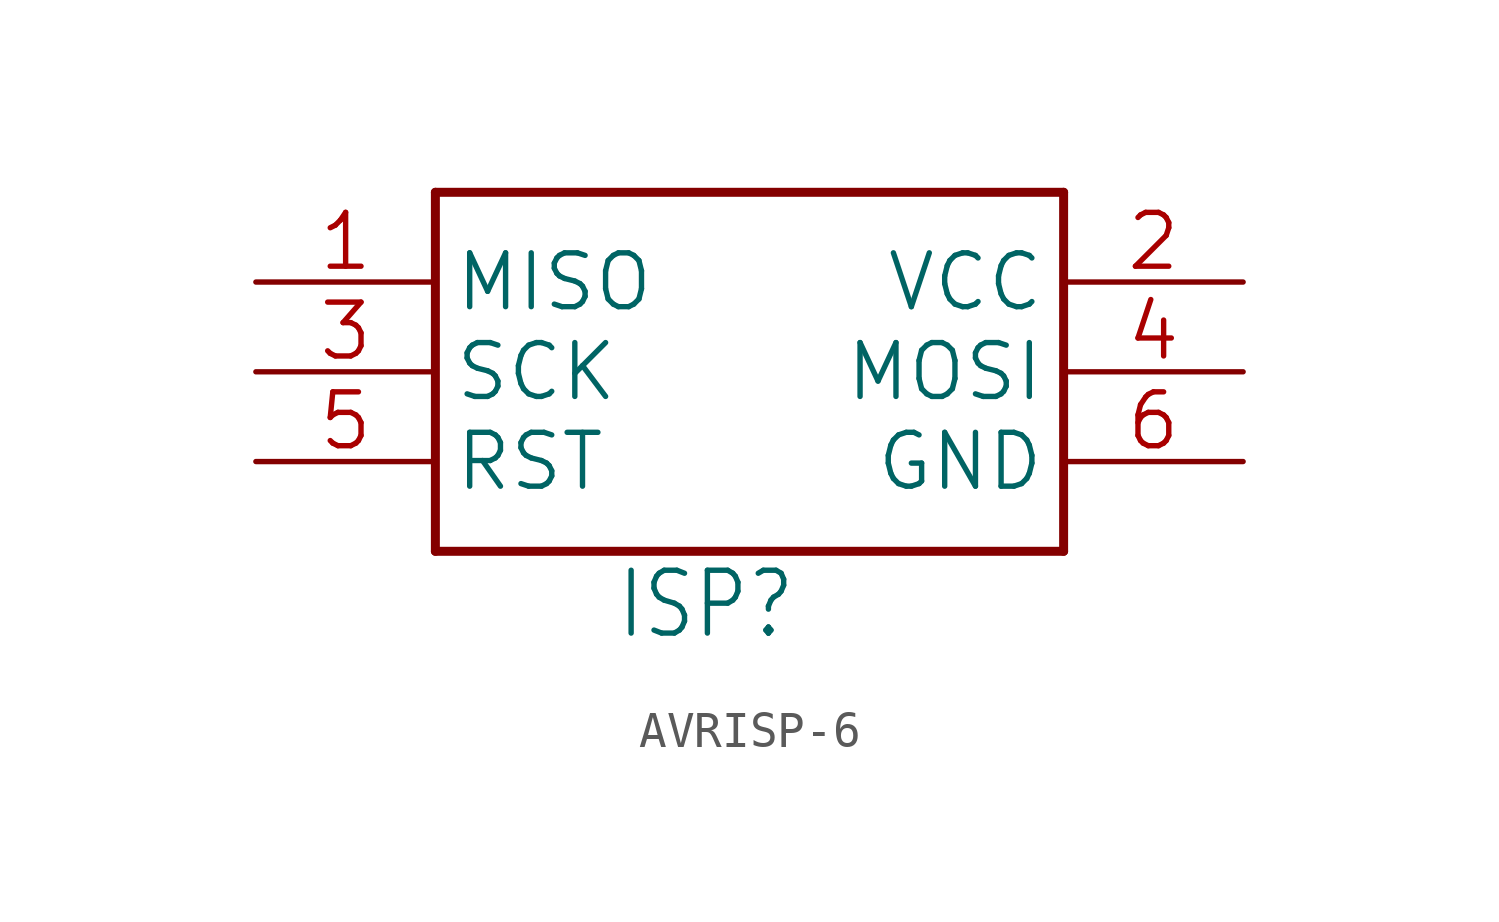
<source format=kicad_sym>
(kicad_symbol_lib
  (version 20241209)
  (generator "kicad_symbol_editor")
  (generator_version "9.0")
  (symbol "AVRISP-6"
    (property "Reference" "ISP"
      (at -2.54 -7.62 0)
      (effects (font (size 1.778 1.511)) (justify left bottom)))
    (property "ki_locked" ""
      (at 0 0 0)
      (effects (font (size 1.27 1.27))))
    (symbol "AVRISP-6_1_0"
      (polyline (pts (xy -7.62 5.08) (xy 10.16 5.08)) (stroke (width 0.254) (type solid)) (fill (type none)))
      (polyline (pts (xy -7.62 -5.08) (xy -7.62 5.08)) (stroke (width 0.254) (type solid)) (fill (type none)))
      (polyline (pts (xy 10.16 5.08) (xy 10.16 -5.08)) (stroke (width 0.254) (type solid)) (fill (type none)))
      (polyline (pts (xy 10.16 -5.08) (xy -7.62 -5.08)) (stroke (width 0.254) (type solid)) (fill (type none)))
      (pin input line (at -12.7 2.54 0) (length 5.08) (name "MISO" (effects (font (size 1.524 1.524)))) (number "1" (effects (font (size 1.524 1.524)))))
      (pin output line (at -12.7 0 0) (length 5.08) (name "SCK" (effects (font (size 1.524 1.524)))) (number "3" (effects (font (size 1.524 1.524)))))
      (pin output line (at -12.7 -2.54 0) (length 5.08) (name "RST" (effects (font (size 1.524 1.524)))) (number "5" (effects (font (size 1.524 1.524)))))
      (pin power_in line (at 15.24 2.54 180) (length 5.08) (name "VCC" (effects (font (size 1.524 1.524)))) (number "2" (effects (font (size 1.524 1.524)))))
      (pin output line (at 15.24 0 180) (length 5.08) (name "MOSI" (effects (font (size 1.524 1.524)))) (number "4" (effects (font (size 1.524 1.524)))))
      (pin power_in line (at 15.24 -2.54 180) (length 5.08) (name "GND" (effects (font (size 1.524 1.524)))) (number "6" (effects (font (size 1.524 1.524))))))))
</source>
